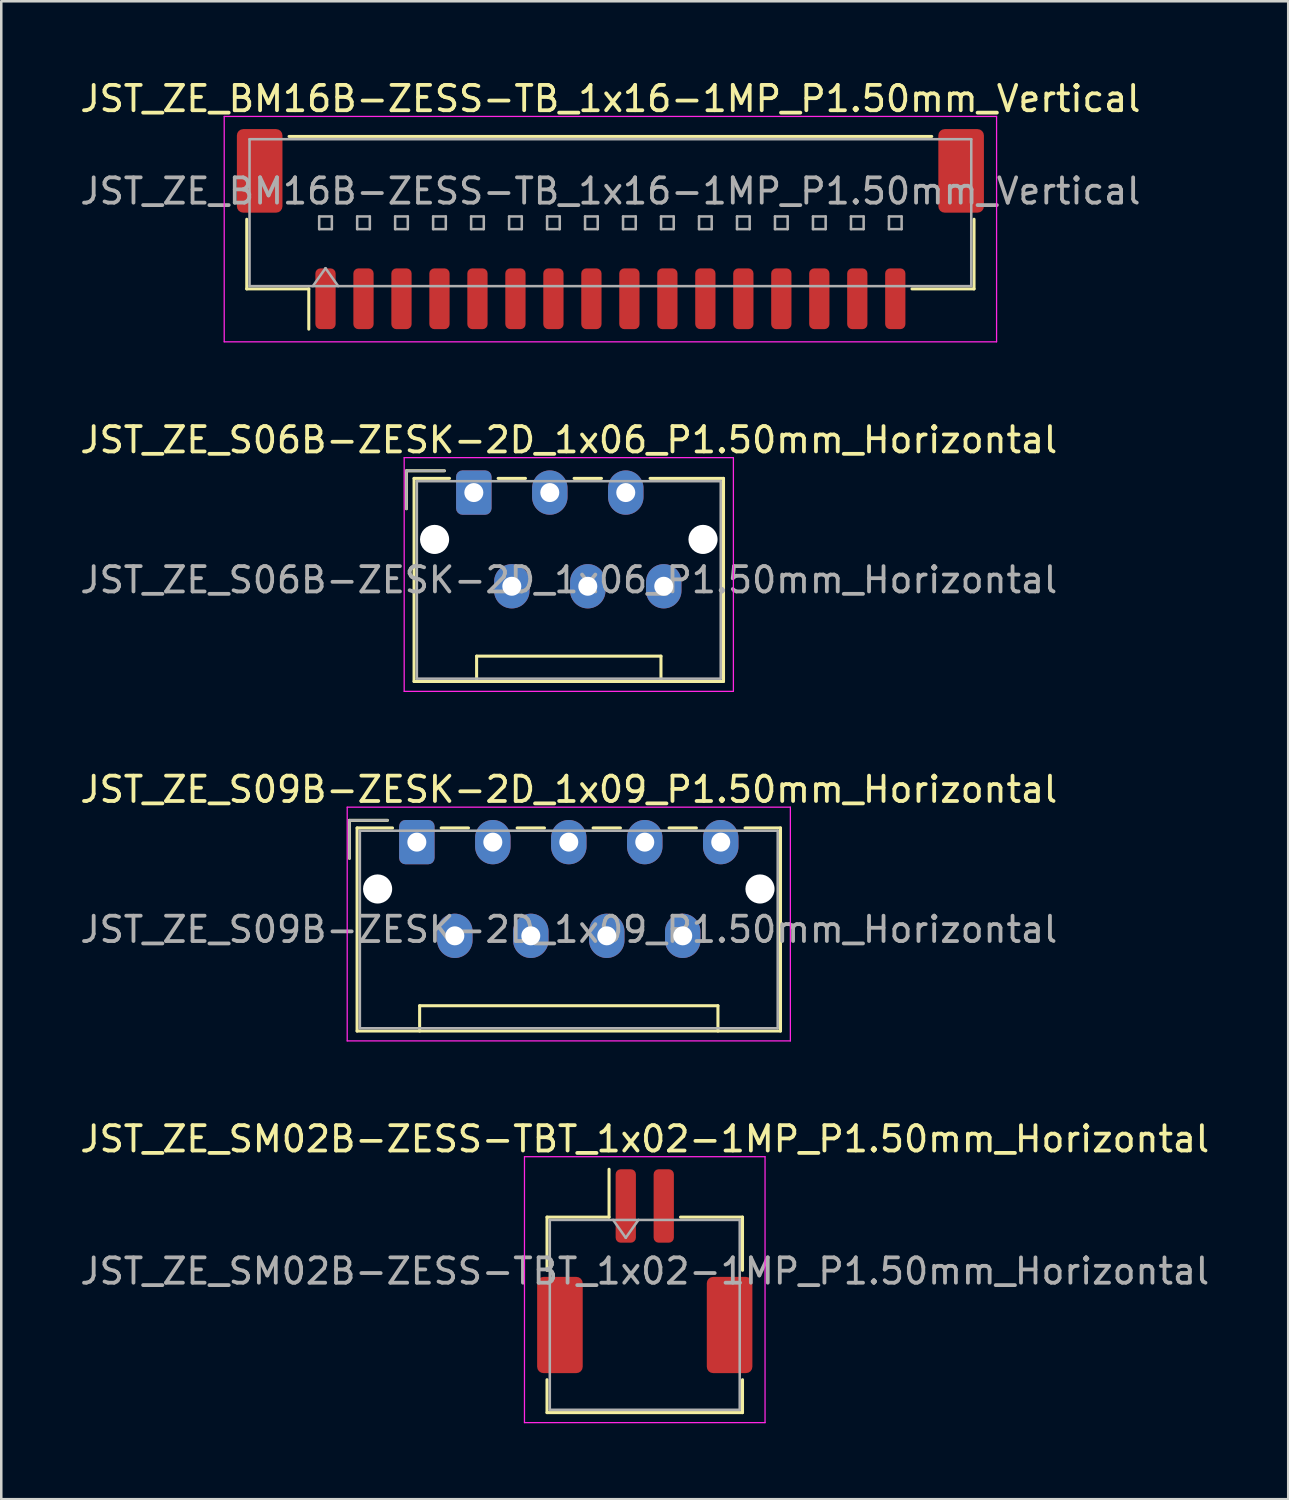
<source format=kicad_pcb>
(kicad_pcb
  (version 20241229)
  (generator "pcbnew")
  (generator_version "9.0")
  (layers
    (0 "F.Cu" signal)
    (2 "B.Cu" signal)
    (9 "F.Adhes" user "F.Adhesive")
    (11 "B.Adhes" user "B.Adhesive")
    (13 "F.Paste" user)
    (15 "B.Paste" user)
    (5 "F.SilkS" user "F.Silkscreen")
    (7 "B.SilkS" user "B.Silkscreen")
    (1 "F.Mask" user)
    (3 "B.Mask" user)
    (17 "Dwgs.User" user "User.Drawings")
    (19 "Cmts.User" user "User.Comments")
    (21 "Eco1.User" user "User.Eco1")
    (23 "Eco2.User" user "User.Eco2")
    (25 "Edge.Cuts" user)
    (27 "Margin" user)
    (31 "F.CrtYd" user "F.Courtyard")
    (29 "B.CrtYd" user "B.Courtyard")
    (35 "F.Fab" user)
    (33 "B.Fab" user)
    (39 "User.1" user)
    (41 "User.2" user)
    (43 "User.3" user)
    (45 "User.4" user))
  (footprint "JST_ZE_SM02B-ZESS-TBT_1x02-1MP_P1.50mm_Horizontal"
    (layer "F.Cu")
    (at 22.411 47.148)
    (property "Reference" "JST_ZE_SM02B-ZESS-TBT_1x02-1MP_P1.50mm_Horizontal" (at 0 -5.22 0) (layer "F.SilkS") (effects (font (size 1 1) (thickness 0.15))))
    (attr smd)
    (fp_line (start -3.86 -2.135) (end -1.41 -2.135) (stroke (width 0.12) (type solid)) (layer "F.SilkS"))
    (fp_line (start -3.86 -0.035) (end -3.86 -2.135) (stroke (width 0.12) (type solid)) (layer "F.SilkS"))
    (fp_line (start -3.86 4.285) (end -3.86 5.585) (stroke (width 0.12) (type solid)) (layer "F.SilkS"))
    (fp_line (start -3.86 5.585) (end 3.86 5.585) (stroke (width 0.12) (type solid)) (layer "F.SilkS"))
    (fp_line (start -1.41 -2.135) (end -1.41 -4.025) (stroke (width 0.12) (type solid)) (layer "F.SilkS"))
    (fp_line (start 3.86 -2.135) (end 1.41 -2.135) (stroke (width 0.12) (type solid)) (layer "F.SilkS"))
    (fp_line (start 3.86 -0.035) (end 3.86 -2.135) (stroke (width 0.12) (type solid)) (layer "F.SilkS"))
    (fp_line (start 3.86 5.585) (end 3.86 4.285) (stroke (width 0.12) (type solid)) (layer "F.SilkS"))
    (fp_line (start -4.75 -4.52) (end -4.75 5.98) (stroke (width 0.05) (type solid)) (layer "F.CrtYd"))
    (fp_line (start -4.75 5.98) (end 4.75 5.98) (stroke (width 0.05) (type solid)) (layer "F.CrtYd"))
    (fp_line (start 4.75 -4.52) (end -4.75 -4.52) (stroke (width 0.05) (type solid)) (layer "F.CrtYd"))
    (fp_line (start 4.75 5.98) (end 4.75 -4.52) (stroke (width 0.05) (type solid)) (layer "F.CrtYd"))
    (fp_line (start -3.75 -2.025) (end -3.75 5.475) (stroke (width 0.1) (type solid)) (layer "F.Fab"))
    (fp_line (start -3.75 -2.025) (end 3.75 -2.025) (stroke (width 0.1) (type solid)) (layer "F.Fab"))
    (fp_line (start -3.75 5.475) (end 3.75 5.475) (stroke (width 0.1) (type solid)) (layer "F.Fab"))
    (fp_line (start -1.25 -2.025) (end -0.75 -1.318) (stroke (width 0.1) (type solid)) (layer "F.Fab"))
    (fp_line (start -0.75 -1.318) (end -0.25 -2.025) (stroke (width 0.1) (type solid)) (layer "F.Fab"))
    (fp_line (start 3.75 -2.025) (end 3.75 5.475) (stroke (width 0.1) (type solid)) (layer "F.Fab"))
    (fp_text user "${REFERENCE}" (at 0 0 0) (layer "F.Fab") (effects (font (size 1 1) (thickness 0.15))))
    (pad "1" smd roundrect (at -0.75 -2.575) (size 0.8 2.9) (layers "F.Cu" "F.Mask" "F.Paste") (roundrect_rratio 0.25))
    (pad "2" smd roundrect (at 0.75 -2.575) (size 0.8 2.9) (layers "F.Cu" "F.Mask" "F.Paste") (roundrect_rratio 0.25))
    (pad "MP" smd roundrect (at -3.35 2.125) (size 1.8 3.8) (layers "F.Cu" "F.Mask" "F.Paste") (roundrect_rratio 0.139))
    (pad "MP" smd roundrect (at 3.35 2.125) (size 1.8 3.8) (layers "F.Cu" "F.Mask" "F.Paste") (roundrect_rratio 0.139)))
  (footprint "JST_ZE_S09B-ZESK-2D_1x09_P1.50mm_Horizontal"
    (layer "F.Cu")
    (at 13.411 30.205)
    (property "Reference" "JST_ZE_S09B-ZESK-2D_1x09_P1.50mm_Horizontal" (at 6 -2.08 0) (layer "F.SilkS") (effects (font (size 1 1) (thickness 0.15))))
    (attr through_hole)
    (fp_line (start -2.66 -0.86) (end -1.16 -0.86) (stroke (width 0.12) (type solid)) (layer "F.SilkS"))
    (fp_line (start -2.66 0.64) (end -2.66 -0.86) (stroke (width 0.12) (type solid)) (layer "F.SilkS"))
    (fp_line (start -2.36 -0.56) (end -2.36 7.46) (stroke (width 0.12) (type solid)) (layer "F.SilkS"))
    (fp_line (start -2.36 7.46) (end 14.36 7.46) (stroke (width 0.12) (type solid)) (layer "F.SilkS"))
    (fp_line (start -0.96 -0.56) (end -2.36 -0.56) (stroke (width 0.12) (type solid)) (layer "F.SilkS"))
    (fp_line (start 0.11 6.46) (end 11.89 6.46) (stroke (width 0.12) (type solid)) (layer "F.SilkS"))
    (fp_line (start 0.11 7.46) (end 0.11 6.46) (stroke (width 0.12) (type solid)) (layer "F.SilkS"))
    (fp_line (start 0.96 -0.56) (end 2.04 -0.56) (stroke (width 0.12) (type solid)) (layer "F.SilkS"))
    (fp_line (start 3.96 -0.56) (end 5.04 -0.56) (stroke (width 0.12) (type solid)) (layer "F.SilkS"))
    (fp_line (start 6.96 -0.56) (end 8.04 -0.56) (stroke (width 0.12) (type solid)) (layer "F.SilkS"))
    (fp_line (start 9.96 -0.56) (end 11.04 -0.56) (stroke (width 0.12) (type solid)) (layer "F.SilkS"))
    (fp_line (start 11.89 6.46) (end 11.89 7.46) (stroke (width 0.12) (type solid)) (layer "F.SilkS"))
    (fp_line (start 14.36 -0.56) (end 12.96 -0.56) (stroke (width 0.12) (type solid)) (layer "F.SilkS"))
    (fp_line (start 14.36 7.46) (end 14.36 -0.56) (stroke (width 0.12) (type solid)) (layer "F.SilkS"))
    (fp_line (start -2.75 -1.38) (end -2.75 7.85) (stroke (width 0.05) (type solid)) (layer "F.CrtYd"))
    (fp_line (start -2.75 7.85) (end 14.75 7.85) (stroke (width 0.05) (type solid)) (layer "F.CrtYd"))
    (fp_line (start 14.75 -1.38) (end -2.75 -1.38) (stroke (width 0.05) (type solid)) (layer "F.CrtYd"))
    (fp_line (start 14.75 7.85) (end 14.75 -1.38) (stroke (width 0.05) (type solid)) (layer "F.CrtYd"))
    (fp_line (start -2.66 -0.86) (end -1.16 -0.86) (stroke (width 0.1) (type solid)) (layer "F.Fab"))
    (fp_line (start -2.66 0.64) (end -2.66 -0.86) (stroke (width 0.1) (type solid)) (layer "F.Fab"))
    (fp_line (start -2.25 -0.45) (end -2.25 7.35) (stroke (width 0.1) (type solid)) (layer "F.Fab"))
    (fp_line (start -2.25 7.35) (end 14.25 7.35) (stroke (width 0.1) (type solid)) (layer "F.Fab"))
    (fp_line (start 14.25 -0.45) (end -2.25 -0.45) (stroke (width 0.1) (type solid)) (layer "F.Fab"))
    (fp_line (start 14.25 7.35) (end 14.25 -0.45) (stroke (width 0.1) (type solid)) (layer "F.Fab"))
    (fp_text user "${REFERENCE}" (at 6 3.45 0) (layer "F.Fab") (effects (font (size 1 1) (thickness 0.15))))
    (pad "" np_thru_hole circle (at -1.55 1.85) (size 1.15 1.15) (drill 1.15) (layers "*.Cu" "*.Mask"))
    (pad "" np_thru_hole circle (at 13.55 1.85) (size 1.15 1.15) (drill 1.15) (layers "*.Cu" "*.Mask"))
    (pad "1" thru_hole roundrect (at 0 0) (size 1.4 1.75) (drill 0.75) (layers "*.Cu" "*.Mask") (roundrect_rratio 0.179))
    (pad "2" thru_hole oval (at 1.5 3.7) (size 1.4 1.75) (drill 0.75) (layers "*.Cu" "*.Mask"))
    (pad "3" thru_hole oval (at 3 0) (size 1.4 1.75) (drill 0.75) (layers "*.Cu" "*.Mask"))
    (pad "4" thru_hole oval (at 4.5 3.7) (size 1.4 1.75) (drill 0.75) (layers "*.Cu" "*.Mask"))
    (pad "5" thru_hole oval (at 6 0) (size 1.4 1.75) (drill 0.75) (layers "*.Cu" "*.Mask"))
    (pad "6" thru_hole oval (at 7.5 3.7) (size 1.4 1.75) (drill 0.75) (layers "*.Cu" "*.Mask"))
    (pad "7" thru_hole oval (at 9 0) (size 1.4 1.75) (drill 0.75) (layers "*.Cu" "*.Mask"))
    (pad "8" thru_hole oval (at 10.5 3.7) (size 1.4 1.75) (drill 0.75) (layers "*.Cu" "*.Mask"))
    (pad "9" thru_hole oval (at 12 0) (size 1.4 1.75) (drill 0.75) (layers "*.Cu" "*.Mask")))
  (footprint "JST_ZE_BM16B-ZESS-TB_1x16-1MP_P1.50mm_Vertical"
    (layer "F.Cu")
    (at 21.054 5.998)
    (property "Reference" "JST_ZE_BM16B-ZESS-TB_1x16-1MP_P1.50mm_Vertical" (at 0 -5.15 0) (layer "F.SilkS") (effects (font (size 1 1) (thickness 0.15))))
    (attr smd)
    (fp_line (start -14.36 -0.39) (end -14.36 2.36) (stroke (width 0.12) (type solid)) (layer "F.SilkS"))
    (fp_line (start -14.36 2.36) (end -11.91 2.36) (stroke (width 0.12) (type solid)) (layer "F.SilkS"))
    (fp_line (start -12.69 -3.66) (end 12.69 -3.66) (stroke (width 0.12) (type solid)) (layer "F.SilkS"))
    (fp_line (start -11.91 2.36) (end -11.91 3.95) (stroke (width 0.12) (type solid)) (layer "F.SilkS"))
    (fp_line (start 14.36 -0.39) (end 14.36 2.36) (stroke (width 0.12) (type solid)) (layer "F.SilkS"))
    (fp_line (start 14.36 2.36) (end 11.91 2.36) (stroke (width 0.12) (type solid)) (layer "F.SilkS"))
    (fp_line (start -15.25 -4.45) (end -15.25 4.45) (stroke (width 0.05) (type solid)) (layer "F.CrtYd"))
    (fp_line (start -15.25 4.45) (end 15.25 4.45) (stroke (width 0.05) (type solid)) (layer "F.CrtYd"))
    (fp_line (start 15.25 -4.45) (end -15.25 -4.45) (stroke (width 0.05) (type solid)) (layer "F.CrtYd"))
    (fp_line (start 15.25 4.45) (end 15.25 -4.45) (stroke (width 0.05) (type solid)) (layer "F.CrtYd"))
    (fp_line (start -14.25 -3.55) (end 14.25 -3.55) (stroke (width 0.1) (type solid)) (layer "F.Fab"))
    (fp_line (start -14.25 2.25) (end -14.25 -3.55) (stroke (width 0.1) (type solid)) (layer "F.Fab"))
    (fp_line (start -14.25 2.25) (end 14.25 2.25) (stroke (width 0.1) (type solid)) (layer "F.Fab"))
    (fp_line (start -11.75 2.25) (end -11.25 1.543) (stroke (width 0.1) (type solid)) (layer "F.Fab"))
    (fp_line (start -11.5 -0.5) (end -11.5 0) (stroke (width 0.1) (type solid)) (layer "F.Fab"))
    (fp_line (start -11.5 0) (end -11 0) (stroke (width 0.1) (type solid)) (layer "F.Fab"))
    (fp_line (start -11.25 1.543) (end -10.75 2.25) (stroke (width 0.1) (type solid)) (layer "F.Fab"))
    (fp_line (start -11 -0.5) (end -11.5 -0.5) (stroke (width 0.1) (type solid)) (layer "F.Fab"))
    (fp_line (start -11 0) (end -11 -0.5) (stroke (width 0.1) (type solid)) (layer "F.Fab"))
    (fp_line (start -10 -0.5) (end -10 0) (stroke (width 0.1) (type solid)) (layer "F.Fab"))
    (fp_line (start -10 0) (end -9.5 0) (stroke (width 0.1) (type solid)) (layer "F.Fab"))
    (fp_line (start -9.5 -0.5) (end -10 -0.5) (stroke (width 0.1) (type solid)) (layer "F.Fab"))
    (fp_line (start -9.5 0) (end -9.5 -0.5) (stroke (width 0.1) (type solid)) (layer "F.Fab"))
    (fp_line (start -8.5 -0.5) (end -8.5 0) (stroke (width 0.1) (type solid)) (layer "F.Fab"))
    (fp_line (start -8.5 0) (end -8 0) (stroke (width 0.1) (type solid)) (layer "F.Fab"))
    (fp_line (start -8 -0.5) (end -8.5 -0.5) (stroke (width 0.1) (type solid)) (layer "F.Fab"))
    (fp_line (start -8 0) (end -8 -0.5) (stroke (width 0.1) (type solid)) (layer "F.Fab"))
    (fp_line (start -7 -0.5) (end -7 0) (stroke (width 0.1) (type solid)) (layer "F.Fab"))
    (fp_line (start -7 0) (end -6.5 0) (stroke (width 0.1) (type solid)) (layer "F.Fab"))
    (fp_line (start -6.5 -0.5) (end -7 -0.5) (stroke (width 0.1) (type solid)) (layer "F.Fab"))
    (fp_line (start -6.5 0) (end -6.5 -0.5) (stroke (width 0.1) (type solid)) (layer "F.Fab"))
    (fp_line (start -5.5 -0.5) (end -5.5 0) (stroke (width 0.1) (type solid)) (layer "F.Fab"))
    (fp_line (start -5.5 0) (end -5 0) (stroke (width 0.1) (type solid)) (layer "F.Fab"))
    (fp_line (start -5 -0.5) (end -5.5 -0.5) (stroke (width 0.1) (type solid)) (layer "F.Fab"))
    (fp_line (start -5 0) (end -5 -0.5) (stroke (width 0.1) (type solid)) (layer "F.Fab"))
    (fp_line (start -4 -0.5) (end -4 0) (stroke (width 0.1) (type solid)) (layer "F.Fab"))
    (fp_line (start -4 0) (end -3.5 0) (stroke (width 0.1) (type solid)) (layer "F.Fab"))
    (fp_line (start -3.5 -0.5) (end -4 -0.5) (stroke (width 0.1) (type solid)) (layer "F.Fab"))
    (fp_line (start -3.5 0) (end -3.5 -0.5) (stroke (width 0.1) (type solid)) (layer "F.Fab"))
    (fp_line (start -2.5 -0.5) (end -2.5 0) (stroke (width 0.1) (type solid)) (layer "F.Fab"))
    (fp_line (start -2.5 0) (end -2 0) (stroke (width 0.1) (type solid)) (layer "F.Fab"))
    (fp_line (start -2 -0.5) (end -2.5 -0.5) (stroke (width 0.1) (type solid)) (layer "F.Fab"))
    (fp_line (start -2 0) (end -2 -0.5) (stroke (width 0.1) (type solid)) (layer "F.Fab"))
    (fp_line (start -1 -0.5) (end -1 0) (stroke (width 0.1) (type solid)) (layer "F.Fab"))
    (fp_line (start -1 0) (end -0.5 0) (stroke (width 0.1) (type solid)) (layer "F.Fab"))
    (fp_line (start -0.5 -0.5) (end -1 -0.5) (stroke (width 0.1) (type solid)) (layer "F.Fab"))
    (fp_line (start -0.5 0) (end -0.5 -0.5) (stroke (width 0.1) (type solid)) (layer "F.Fab"))
    (fp_line (start 0.5 -0.5) (end 0.5 0) (stroke (width 0.1) (type solid)) (layer "F.Fab"))
    (fp_line (start 0.5 0) (end 1 0) (stroke (width 0.1) (type solid)) (layer "F.Fab"))
    (fp_line (start 1 -0.5) (end 0.5 -0.5) (stroke (width 0.1) (type solid)) (layer "F.Fab"))
    (fp_line (start 1 0) (end 1 -0.5) (stroke (width 0.1) (type solid)) (layer "F.Fab"))
    (fp_line (start 2 -0.5) (end 2 0) (stroke (width 0.1) (type solid)) (layer "F.Fab"))
    (fp_line (start 2 0) (end 2.5 0) (stroke (width 0.1) (type solid)) (layer "F.Fab"))
    (fp_line (start 2.5 -0.5) (end 2 -0.5) (stroke (width 0.1) (type solid)) (layer "F.Fab"))
    (fp_line (start 2.5 0) (end 2.5 -0.5) (stroke (width 0.1) (type solid)) (layer "F.Fab"))
    (fp_line (start 3.5 -0.5) (end 3.5 0) (stroke (width 0.1) (type solid)) (layer "F.Fab"))
    (fp_line (start 3.5 0) (end 4 0) (stroke (width 0.1) (type solid)) (layer "F.Fab"))
    (fp_line (start 4 -0.5) (end 3.5 -0.5) (stroke (width 0.1) (type solid)) (layer "F.Fab"))
    (fp_line (start 4 0) (end 4 -0.5) (stroke (width 0.1) (type solid)) (layer "F.Fab"))
    (fp_line (start 5 -0.5) (end 5 0) (stroke (width 0.1) (type solid)) (layer "F.Fab"))
    (fp_line (start 5 0) (end 5.5 0) (stroke (width 0.1) (type solid)) (layer "F.Fab"))
    (fp_line (start 5.5 -0.5) (end 5 -0.5) (stroke (width 0.1) (type solid)) (layer "F.Fab"))
    (fp_line (start 5.5 0) (end 5.5 -0.5) (stroke (width 0.1) (type solid)) (layer "F.Fab"))
    (fp_line (start 6.5 -0.5) (end 6.5 0) (stroke (width 0.1) (type solid)) (layer "F.Fab"))
    (fp_line (start 6.5 0) (end 7 0) (stroke (width 0.1) (type solid)) (layer "F.Fab"))
    (fp_line (start 7 -0.5) (end 6.5 -0.5) (stroke (width 0.1) (type solid)) (layer "F.Fab"))
    (fp_line (start 7 0) (end 7 -0.5) (stroke (width 0.1) (type solid)) (layer "F.Fab"))
    (fp_line (start 8 -0.5) (end 8 0) (stroke (width 0.1) (type solid)) (layer "F.Fab"))
    (fp_line (start 8 0) (end 8.5 0) (stroke (width 0.1) (type solid)) (layer "F.Fab"))
    (fp_line (start 8.5 -0.5) (end 8 -0.5) (stroke (width 0.1) (type solid)) (layer "F.Fab"))
    (fp_line (start 8.5 0) (end 8.5 -0.5) (stroke (width 0.1) (type solid)) (layer "F.Fab"))
    (fp_line (start 9.5 -0.5) (end 9.5 0) (stroke (width 0.1) (type solid)) (layer "F.Fab"))
    (fp_line (start 9.5 0) (end 10 0) (stroke (width 0.1) (type solid)) (layer "F.Fab"))
    (fp_line (start 10 -0.5) (end 9.5 -0.5) (stroke (width 0.1) (type solid)) (layer "F.Fab"))
    (fp_line (start 10 0) (end 10 -0.5) (stroke (width 0.1) (type solid)) (layer "F.Fab"))
    (fp_line (start 11 -0.5) (end 11 0) (stroke (width 0.1) (type solid)) (layer "F.Fab"))
    (fp_line (start 11 0) (end 11.5 0) (stroke (width 0.1) (type solid)) (layer "F.Fab"))
    (fp_line (start 11.5 -0.5) (end 11 -0.5) (stroke (width 0.1) (type solid)) (layer "F.Fab"))
    (fp_line (start 11.5 0) (end 11.5 -0.5) (stroke (width 0.1) (type solid)) (layer "F.Fab"))
    (fp_line (start 14.25 2.25) (end 14.25 -3.55) (stroke (width 0.1) (type solid)) (layer "F.Fab"))
    (fp_text user "${REFERENCE}" (at 0 -1.5 0) (layer "F.Fab") (effects (font (size 1 1) (thickness 0.15))))
    (pad "1" smd roundrect (at -11.25 2.75) (size 0.8 2.4) (layers "F.Cu" "F.Mask" "F.Paste") (roundrect_rratio 0.25))
    (pad "2" smd roundrect (at -9.75 2.75) (size 0.8 2.4) (layers "F.Cu" "F.Mask" "F.Paste") (roundrect_rratio 0.25))
    (pad "3" smd roundrect (at -8.25 2.75) (size 0.8 2.4) (layers "F.Cu" "F.Mask" "F.Paste") (roundrect_rratio 0.25))
    (pad "4" smd roundrect (at -6.75 2.75) (size 0.8 2.4) (layers "F.Cu" "F.Mask" "F.Paste") (roundrect_rratio 0.25))
    (pad "5" smd roundrect (at -5.25 2.75) (size 0.8 2.4) (layers "F.Cu" "F.Mask" "F.Paste") (roundrect_rratio 0.25))
    (pad "6" smd roundrect (at -3.75 2.75) (size 0.8 2.4) (layers "F.Cu" "F.Mask" "F.Paste") (roundrect_rratio 0.25))
    (pad "7" smd roundrect (at -2.25 2.75) (size 0.8 2.4) (layers "F.Cu" "F.Mask" "F.Paste") (roundrect_rratio 0.25))
    (pad "8" smd roundrect (at -0.75 2.75) (size 0.8 2.4) (layers "F.Cu" "F.Mask" "F.Paste") (roundrect_rratio 0.25))
    (pad "9" smd roundrect (at 0.75 2.75) (size 0.8 2.4) (layers "F.Cu" "F.Mask" "F.Paste") (roundrect_rratio 0.25))
    (pad "10" smd roundrect (at 2.25 2.75) (size 0.8 2.4) (layers "F.Cu" "F.Mask" "F.Paste") (roundrect_rratio 0.25))
    (pad "11" smd roundrect (at 3.75 2.75) (size 0.8 2.4) (layers "F.Cu" "F.Mask" "F.Paste") (roundrect_rratio 0.25))
    (pad "12" smd roundrect (at 5.25 2.75) (size 0.8 2.4) (layers "F.Cu" "F.Mask" "F.Paste") (roundrect_rratio 0.25))
    (pad "13" smd roundrect (at 6.75 2.75) (size 0.8 2.4) (layers "F.Cu" "F.Mask" "F.Paste") (roundrect_rratio 0.25))
    (pad "14" smd roundrect (at 8.25 2.75) (size 0.8 2.4) (layers "F.Cu" "F.Mask" "F.Paste") (roundrect_rratio 0.25))
    (pad "15" smd roundrect (at 9.75 2.75) (size 0.8 2.4) (layers "F.Cu" "F.Mask" "F.Paste") (roundrect_rratio 0.25))
    (pad "16" smd roundrect (at 11.25 2.75) (size 0.8 2.4) (layers "F.Cu" "F.Mask" "F.Paste") (roundrect_rratio 0.25))
    (pad "MP" smd roundrect (at -13.85 -2.3) (size 1.8 3.3) (layers "F.Cu" "F.Mask" "F.Paste") (roundrect_rratio 0.139))
    (pad "MP" smd roundrect (at 13.85 -2.3) (size 1.8 3.3) (layers "F.Cu" "F.Mask" "F.Paste") (roundrect_rratio 0.139)))
  (footprint "JST_ZE_S06B-ZESK-2D_1x06_P1.50mm_Horizontal"
    (layer "F.Cu")
    (at 15.661 16.401)
    (property "Reference" "JST_ZE_S06B-ZESK-2D_1x06_P1.50mm_Horizontal" (at 3.75 -2.08 0) (layer "F.SilkS") (effects (font (size 1 1) (thickness 0.15))))
    (attr through_hole)
    (fp_line (start -2.66 -0.86) (end -1.16 -0.86) (stroke (width 0.12) (type solid)) (layer "F.SilkS"))
    (fp_line (start -2.66 0.64) (end -2.66 -0.86) (stroke (width 0.12) (type solid)) (layer "F.SilkS"))
    (fp_line (start -2.36 -0.56) (end -2.36 7.46) (stroke (width 0.12) (type solid)) (layer "F.SilkS"))
    (fp_line (start -2.36 7.46) (end 9.86 7.46) (stroke (width 0.12) (type solid)) (layer "F.SilkS"))
    (fp_line (start -0.96 -0.56) (end -2.36 -0.56) (stroke (width 0.12) (type solid)) (layer "F.SilkS"))
    (fp_line (start 0.11 6.46) (end 7.39 6.46) (stroke (width 0.12) (type solid)) (layer "F.SilkS"))
    (fp_line (start 0.11 7.46) (end 0.11 6.46) (stroke (width 0.12) (type solid)) (layer "F.SilkS"))
    (fp_line (start 0.96 -0.56) (end 2.04 -0.56) (stroke (width 0.12) (type solid)) (layer "F.SilkS"))
    (fp_line (start 3.96 -0.56) (end 5.04 -0.56) (stroke (width 0.12) (type solid)) (layer "F.SilkS"))
    (fp_line (start 7.39 6.46) (end 7.39 7.46) (stroke (width 0.12) (type solid)) (layer "F.SilkS"))
    (fp_line (start 9.86 -0.56) (end 6.96 -0.56) (stroke (width 0.12) (type solid)) (layer "F.SilkS"))
    (fp_line (start 9.86 7.46) (end 9.86 -0.56) (stroke (width 0.12) (type solid)) (layer "F.SilkS"))
    (fp_line (start -2.75 -1.38) (end -2.75 7.85) (stroke (width 0.05) (type solid)) (layer "F.CrtYd"))
    (fp_line (start -2.75 7.85) (end 10.25 7.85) (stroke (width 0.05) (type solid)) (layer "F.CrtYd"))
    (fp_line (start 10.25 -1.38) (end -2.75 -1.38) (stroke (width 0.05) (type solid)) (layer "F.CrtYd"))
    (fp_line (start 10.25 7.85) (end 10.25 -1.38) (stroke (width 0.05) (type solid)) (layer "F.CrtYd"))
    (fp_line (start -2.66 -0.86) (end -1.16 -0.86) (stroke (width 0.1) (type solid)) (layer "F.Fab"))
    (fp_line (start -2.66 0.64) (end -2.66 -0.86) (stroke (width 0.1) (type solid)) (layer "F.Fab"))
    (fp_line (start -2.25 -0.45) (end -2.25 7.35) (stroke (width 0.1) (type solid)) (layer "F.Fab"))
    (fp_line (start -2.25 7.35) (end 9.75 7.35) (stroke (width 0.1) (type solid)) (layer "F.Fab"))
    (fp_line (start 9.75 -0.45) (end -2.25 -0.45) (stroke (width 0.1) (type solid)) (layer "F.Fab"))
    (fp_line (start 9.75 7.35) (end 9.75 -0.45) (stroke (width 0.1) (type solid)) (layer "F.Fab"))
    (fp_text user "${REFERENCE}" (at 3.75 3.45 0) (layer "F.Fab") (effects (font (size 1 1) (thickness 0.15))))
    (pad "" np_thru_hole circle (at -1.55 1.85) (size 1.15 1.15) (drill 1.15) (layers "*.Cu" "*.Mask"))
    (pad "" np_thru_hole circle (at 9.05 1.85) (size 1.15 1.15) (drill 1.15) (layers "*.Cu" "*.Mask"))
    (pad "1" thru_hole roundrect (at 0 0) (size 1.4 1.75) (drill 0.75) (layers "*.Cu" "*.Mask") (roundrect_rratio 0.179))
    (pad "2" thru_hole oval (at 1.5 3.7) (size 1.4 1.75) (drill 0.75) (layers "*.Cu" "*.Mask"))
    (pad "3" thru_hole oval (at 3 0) (size 1.4 1.75) (drill 0.75) (layers "*.Cu" "*.Mask"))
    (pad "4" thru_hole oval (at 4.5 3.7) (size 1.4 1.75) (drill 0.75) (layers "*.Cu" "*.Mask"))
    (pad "5" thru_hole oval (at 6 0) (size 1.4 1.75) (drill 0.75) (layers "*.Cu" "*.Mask"))
    (pad "6" thru_hole oval (at 7.5 3.7) (size 1.4 1.75) (drill 0.75) (layers "*.Cu" "*.Mask")))
  (gr_rect
    (start -3 -3)
    (end 47.821 56.153)
    (stroke (width 0.1) (type default))
    (fill no)
    (layer "Edge.Cuts")))
</source>
